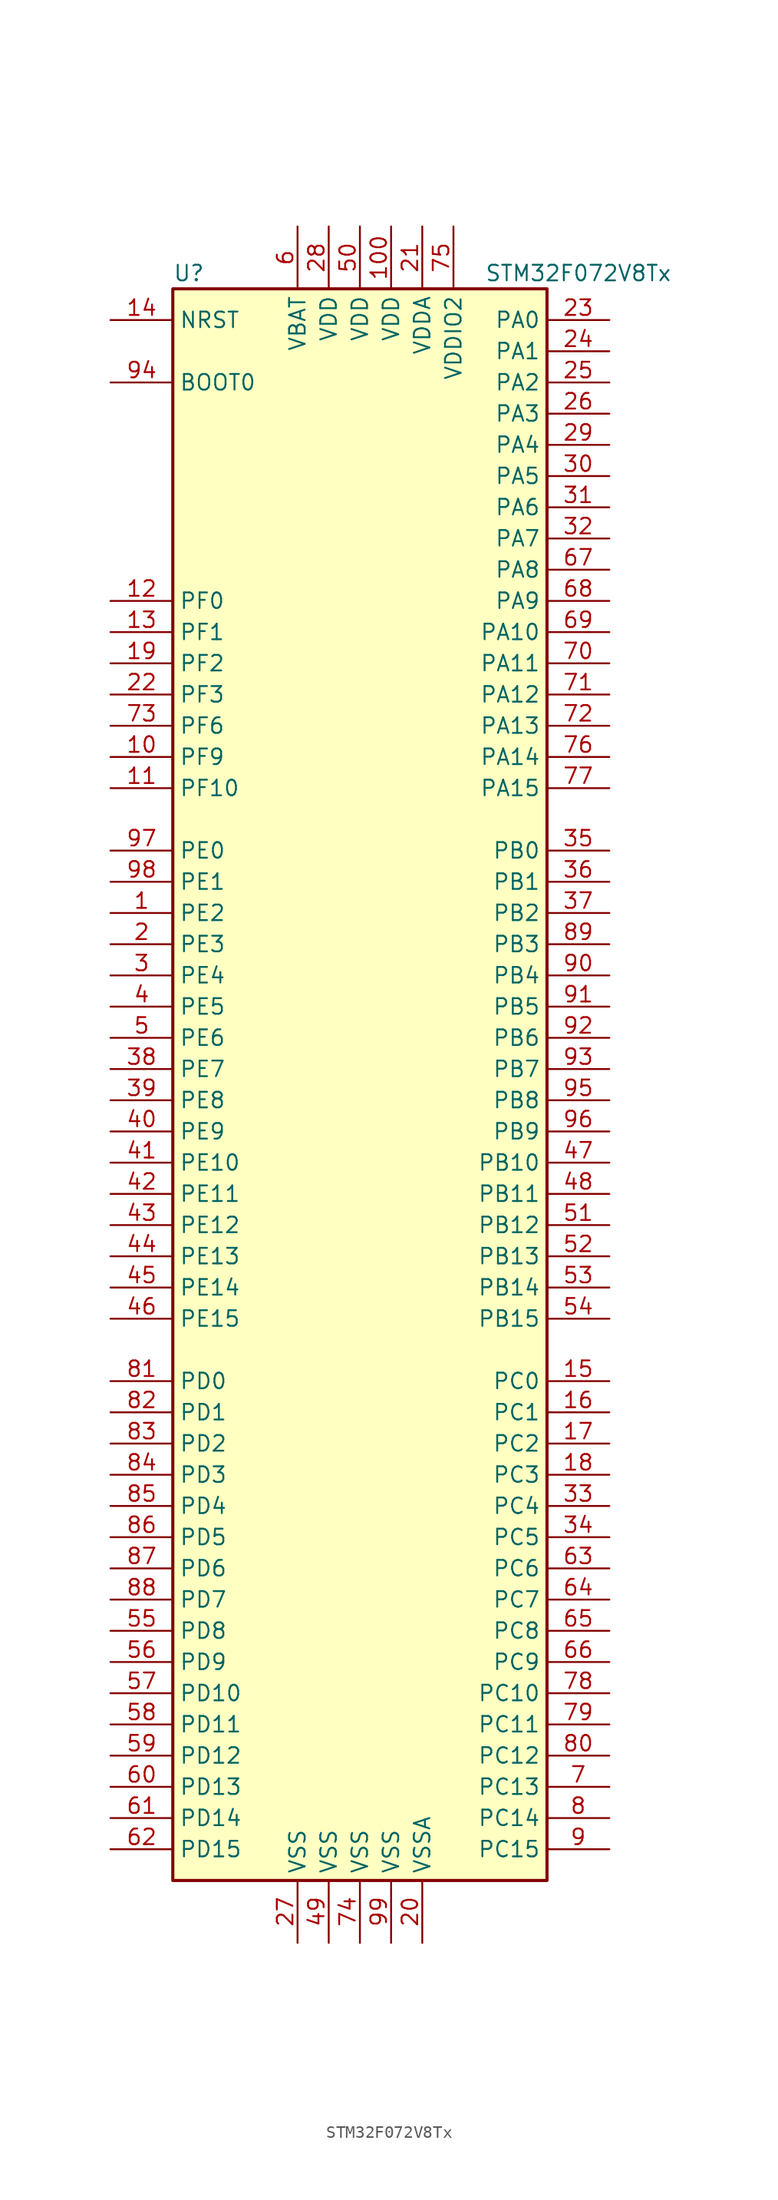
<source format=kicad_sym>
(kicad_symbol_lib
  (version 20211014)
  (generator kicad_symbol_editor)
  (symbol "STM32F072V8Tx"
    (property "Reference" "U"
      (at -15.24 64.77 0)
      (effects (font (size 1.27 1.27)) (justify left)))
    (property "Value" "STM32F072V8Tx"
      (at 10.16 64.77 0)
      (effects (font (size 1.27 1.27)) (justify left)))
    (symbol "STM32F072V8Tx_0_1"
      (rectangle (start -15.24 -66.04) (end 15.24 63.5) (stroke (width 0.254) (type default) (color 0 0 0 0)) (fill (type background))))
    (symbol "STM32F072V8Tx_1_1"
      (pin bidirectional line (at -20.32 12.7 0) (length 5.08) (name "PE2" (effects (font (size 1.27 1.27)))) (number "1" (effects (font (size 1.27 1.27)))))
      (pin bidirectional line (at -20.32 25.4 0) (length 5.08) (name "PF9" (effects (font (size 1.27 1.27)))) (number "10" (effects (font (size 1.27 1.27)))))
      (pin power_in line (at 2.54 68.58 270) (length 5.08) (name "VDD" (effects (font (size 1.27 1.27)))) (number "100" (effects (font (size 1.27 1.27)))))
      (pin bidirectional line (at -20.32 22.86 0) (length 5.08) (name "PF10" (effects (font (size 1.27 1.27)))) (number "11" (effects (font (size 1.27 1.27)))))
      (pin input line (at -20.32 38.1 0) (length 5.08) (name "PF0" (effects (font (size 1.27 1.27)))) (number "12" (effects (font (size 1.27 1.27)))))
      (pin input line (at -20.32 35.56 0) (length 5.08) (name "PF1" (effects (font (size 1.27 1.27)))) (number "13" (effects (font (size 1.27 1.27)))))
      (pin input line (at -20.32 60.96 0) (length 5.08) (name "NRST" (effects (font (size 1.27 1.27)))) (number "14" (effects (font (size 1.27 1.27)))))
      (pin bidirectional line (at 20.32 -25.4 180) (length 5.08) (name "PC0" (effects (font (size 1.27 1.27)))) (number "15" (effects (font (size 1.27 1.27)))))
      (pin bidirectional line (at 20.32 -27.94 180) (length 5.08) (name "PC1" (effects (font (size 1.27 1.27)))) (number "16" (effects (font (size 1.27 1.27)))))
      (pin bidirectional line (at 20.32 -30.48 180) (length 5.08) (name "PC2" (effects (font (size 1.27 1.27)))) (number "17" (effects (font (size 1.27 1.27)))))
      (pin bidirectional line (at 20.32 -33.02 180) (length 5.08) (name "PC3" (effects (font (size 1.27 1.27)))) (number "18" (effects (font (size 1.27 1.27)))))
      (pin bidirectional line (at -20.32 33.02 0) (length 5.08) (name "PF2" (effects (font (size 1.27 1.27)))) (number "19" (effects (font (size 1.27 1.27)))))
      (pin bidirectional line (at -20.32 10.16 0) (length 5.08) (name "PE3" (effects (font (size 1.27 1.27)))) (number "2" (effects (font (size 1.27 1.27)))))
      (pin power_in line (at 5.08 -71.12 90) (length 5.08) (name "VSSA" (effects (font (size 1.27 1.27)))) (number "20" (effects (font (size 1.27 1.27)))))
      (pin power_in line (at 5.08 68.58 270) (length 5.08) (name "VDDA" (effects (font (size 1.27 1.27)))) (number "21" (effects (font (size 1.27 1.27)))))
      (pin bidirectional line (at -20.32 30.48 0) (length 5.08) (name "PF3" (effects (font (size 1.27 1.27)))) (number "22" (effects (font (size 1.27 1.27)))))
      (pin bidirectional line (at 20.32 60.96 180) (length 5.08) (name "PA0" (effects (font (size 1.27 1.27)))) (number "23" (effects (font (size 1.27 1.27)))))
      (pin bidirectional line (at 20.32 58.42 180) (length 5.08) (name "PA1" (effects (font (size 1.27 1.27)))) (number "24" (effects (font (size 1.27 1.27)))))
      (pin bidirectional line (at 20.32 55.88 180) (length 5.08) (name "PA2" (effects (font (size 1.27 1.27)))) (number "25" (effects (font (size 1.27 1.27)))))
      (pin bidirectional line (at 20.32 53.34 180) (length 5.08) (name "PA3" (effects (font (size 1.27 1.27)))) (number "26" (effects (font (size 1.27 1.27)))))
      (pin power_in line (at -5.08 -71.12 90) (length 5.08) (name "VSS" (effects (font (size 1.27 1.27)))) (number "27" (effects (font (size 1.27 1.27)))))
      (pin power_in line (at -2.54 68.58 270) (length 5.08) (name "VDD" (effects (font (size 1.27 1.27)))) (number "28" (effects (font (size 1.27 1.27)))))
      (pin bidirectional line (at 20.32 50.8 180) (length 5.08) (name "PA4" (effects (font (size 1.27 1.27)))) (number "29" (effects (font (size 1.27 1.27)))))
      (pin bidirectional line (at -20.32 7.62 0) (length 5.08) (name "PE4" (effects (font (size 1.27 1.27)))) (number "3" (effects (font (size 1.27 1.27)))))
      (pin bidirectional line (at 20.32 48.26 180) (length 5.08) (name "PA5" (effects (font (size 1.27 1.27)))) (number "30" (effects (font (size 1.27 1.27)))))
      (pin bidirectional line (at 20.32 45.72 180) (length 5.08) (name "PA6" (effects (font (size 1.27 1.27)))) (number "31" (effects (font (size 1.27 1.27)))))
      (pin bidirectional line (at 20.32 43.18 180) (length 5.08) (name "PA7" (effects (font (size 1.27 1.27)))) (number "32" (effects (font (size 1.27 1.27)))))
      (pin bidirectional line (at 20.32 -35.56 180) (length 5.08) (name "PC4" (effects (font (size 1.27 1.27)))) (number "33" (effects (font (size 1.27 1.27)))))
      (pin bidirectional line (at 20.32 -38.1 180) (length 5.08) (name "PC5" (effects (font (size 1.27 1.27)))) (number "34" (effects (font (size 1.27 1.27)))))
      (pin bidirectional line (at 20.32 17.78 180) (length 5.08) (name "PB0" (effects (font (size 1.27 1.27)))) (number "35" (effects (font (size 1.27 1.27)))))
      (pin bidirectional line (at 20.32 15.24 180) (length 5.08) (name "PB1" (effects (font (size 1.27 1.27)))) (number "36" (effects (font (size 1.27 1.27)))))
      (pin bidirectional line (at 20.32 12.7 180) (length 5.08) (name "PB2" (effects (font (size 1.27 1.27)))) (number "37" (effects (font (size 1.27 1.27)))))
      (pin bidirectional line (at -20.32 0 0) (length 5.08) (name "PE7" (effects (font (size 1.27 1.27)))) (number "38" (effects (font (size 1.27 1.27)))))
      (pin bidirectional line (at -20.32 -2.54 0) (length 5.08) (name "PE8" (effects (font (size 1.27 1.27)))) (number "39" (effects (font (size 1.27 1.27)))))
      (pin bidirectional line (at -20.32 5.08 0) (length 5.08) (name "PE5" (effects (font (size 1.27 1.27)))) (number "4" (effects (font (size 1.27 1.27)))))
      (pin bidirectional line (at -20.32 -5.08 0) (length 5.08) (name "PE9" (effects (font (size 1.27 1.27)))) (number "40" (effects (font (size 1.27 1.27)))))
      (pin bidirectional line (at -20.32 -7.62 0) (length 5.08) (name "PE10" (effects (font (size 1.27 1.27)))) (number "41" (effects (font (size 1.27 1.27)))))
      (pin bidirectional line (at -20.32 -10.16 0) (length 5.08) (name "PE11" (effects (font (size 1.27 1.27)))) (number "42" (effects (font (size 1.27 1.27)))))
      (pin bidirectional line (at -20.32 -12.7 0) (length 5.08) (name "PE12" (effects (font (size 1.27 1.27)))) (number "43" (effects (font (size 1.27 1.27)))))
      (pin bidirectional line (at -20.32 -15.24 0) (length 5.08) (name "PE13" (effects (font (size 1.27 1.27)))) (number "44" (effects (font (size 1.27 1.27)))))
      (pin bidirectional line (at -20.32 -17.78 0) (length 5.08) (name "PE14" (effects (font (size 1.27 1.27)))) (number "45" (effects (font (size 1.27 1.27)))))
      (pin bidirectional line (at -20.32 -20.32 0) (length 5.08) (name "PE15" (effects (font (size 1.27 1.27)))) (number "46" (effects (font (size 1.27 1.27)))))
      (pin bidirectional line (at 20.32 -7.62 180) (length 5.08) (name "PB10" (effects (font (size 1.27 1.27)))) (number "47" (effects (font (size 1.27 1.27)))))
      (pin bidirectional line (at 20.32 -10.16 180) (length 5.08) (name "PB11" (effects (font (size 1.27 1.27)))) (number "48" (effects (font (size 1.27 1.27)))))
      (pin power_in line (at -2.54 -71.12 90) (length 5.08) (name "VSS" (effects (font (size 1.27 1.27)))) (number "49" (effects (font (size 1.27 1.27)))))
      (pin bidirectional line (at -20.32 2.54 0) (length 5.08) (name "PE6" (effects (font (size 1.27 1.27)))) (number "5" (effects (font (size 1.27 1.27)))))
      (pin power_in line (at 0 68.58 270) (length 5.08) (name "VDD" (effects (font (size 1.27 1.27)))) (number "50" (effects (font (size 1.27 1.27)))))
      (pin bidirectional line (at 20.32 -12.7 180) (length 5.08) (name "PB12" (effects (font (size 1.27 1.27)))) (number "51" (effects (font (size 1.27 1.27)))))
      (pin bidirectional line (at 20.32 -15.24 180) (length 5.08) (name "PB13" (effects (font (size 1.27 1.27)))) (number "52" (effects (font (size 1.27 1.27)))))
      (pin bidirectional line (at 20.32 -17.78 180) (length 5.08) (name "PB14" (effects (font (size 1.27 1.27)))) (number "53" (effects (font (size 1.27 1.27)))))
      (pin bidirectional line (at 20.32 -20.32 180) (length 5.08) (name "PB15" (effects (font (size 1.27 1.27)))) (number "54" (effects (font (size 1.27 1.27)))))
      (pin bidirectional line (at -20.32 -45.72 0) (length 5.08) (name "PD8" (effects (font (size 1.27 1.27)))) (number "55" (effects (font (size 1.27 1.27)))))
      (pin bidirectional line (at -20.32 -48.26 0) (length 5.08) (name "PD9" (effects (font (size 1.27 1.27)))) (number "56" (effects (font (size 1.27 1.27)))))
      (pin bidirectional line (at -20.32 -50.8 0) (length 5.08) (name "PD10" (effects (font (size 1.27 1.27)))) (number "57" (effects (font (size 1.27 1.27)))))
      (pin bidirectional line (at -20.32 -53.34 0) (length 5.08) (name "PD11" (effects (font (size 1.27 1.27)))) (number "58" (effects (font (size 1.27 1.27)))))
      (pin bidirectional line (at -20.32 -55.88 0) (length 5.08) (name "PD12" (effects (font (size 1.27 1.27)))) (number "59" (effects (font (size 1.27 1.27)))))
      (pin power_in line (at -5.08 68.58 270) (length 5.08) (name "VBAT" (effects (font (size 1.27 1.27)))) (number "6" (effects (font (size 1.27 1.27)))))
      (pin bidirectional line (at -20.32 -58.42 0) (length 5.08) (name "PD13" (effects (font (size 1.27 1.27)))) (number "60" (effects (font (size 1.27 1.27)))))
      (pin bidirectional line (at -20.32 -60.96 0) (length 5.08) (name "PD14" (effects (font (size 1.27 1.27)))) (number "61" (effects (font (size 1.27 1.27)))))
      (pin bidirectional line (at -20.32 -63.5 0) (length 5.08) (name "PD15" (effects (font (size 1.27 1.27)))) (number "62" (effects (font (size 1.27 1.27)))))
      (pin bidirectional line (at 20.32 -40.64 180) (length 5.08) (name "PC6" (effects (font (size 1.27 1.27)))) (number "63" (effects (font (size 1.27 1.27)))))
      (pin bidirectional line (at 20.32 -43.18 180) (length 5.08) (name "PC7" (effects (font (size 1.27 1.27)))) (number "64" (effects (font (size 1.27 1.27)))))
      (pin bidirectional line (at 20.32 -45.72 180) (length 5.08) (name "PC8" (effects (font (size 1.27 1.27)))) (number "65" (effects (font (size 1.27 1.27)))))
      (pin bidirectional line (at 20.32 -48.26 180) (length 5.08) (name "PC9" (effects (font (size 1.27 1.27)))) (number "66" (effects (font (size 1.27 1.27)))))
      (pin bidirectional line (at 20.32 40.64 180) (length 5.08) (name "PA8" (effects (font (size 1.27 1.27)))) (number "67" (effects (font (size 1.27 1.27)))))
      (pin bidirectional line (at 20.32 38.1 180) (length 5.08) (name "PA9" (effects (font (size 1.27 1.27)))) (number "68" (effects (font (size 1.27 1.27)))))
      (pin bidirectional line (at 20.32 35.56 180) (length 5.08) (name "PA10" (effects (font (size 1.27 1.27)))) (number "69" (effects (font (size 1.27 1.27)))))
      (pin bidirectional line (at 20.32 -58.42 180) (length 5.08) (name "PC13" (effects (font (size 1.27 1.27)))) (number "7" (effects (font (size 1.27 1.27)))))
      (pin bidirectional line (at 20.32 33.02 180) (length 5.08) (name "PA11" (effects (font (size 1.27 1.27)))) (number "70" (effects (font (size 1.27 1.27)))))
      (pin bidirectional line (at 20.32 30.48 180) (length 5.08) (name "PA12" (effects (font (size 1.27 1.27)))) (number "71" (effects (font (size 1.27 1.27)))))
      (pin bidirectional line (at 20.32 27.94 180) (length 5.08) (name "PA13" (effects (font (size 1.27 1.27)))) (number "72" (effects (font (size 1.27 1.27)))))
      (pin bidirectional line (at -20.32 27.94 0) (length 5.08) (name "PF6" (effects (font (size 1.27 1.27)))) (number "73" (effects (font (size 1.27 1.27)))))
      (pin power_in line (at 0 -71.12 90) (length 5.08) (name "VSS" (effects (font (size 1.27 1.27)))) (number "74" (effects (font (size 1.27 1.27)))))
      (pin power_in line (at 7.62 68.58 270) (length 5.08) (name "VDDIO2" (effects (font (size 1.27 1.27)))) (number "75" (effects (font (size 1.27 1.27)))))
      (pin bidirectional line (at 20.32 25.4 180) (length 5.08) (name "PA14" (effects (font (size 1.27 1.27)))) (number "76" (effects (font (size 1.27 1.27)))))
      (pin bidirectional line (at 20.32 22.86 180) (length 5.08) (name "PA15" (effects (font (size 1.27 1.27)))) (number "77" (effects (font (size 1.27 1.27)))))
      (pin bidirectional line (at 20.32 -50.8 180) (length 5.08) (name "PC10" (effects (font (size 1.27 1.27)))) (number "78" (effects (font (size 1.27 1.27)))))
      (pin bidirectional line (at 20.32 -53.34 180) (length 5.08) (name "PC11" (effects (font (size 1.27 1.27)))) (number "79" (effects (font (size 1.27 1.27)))))
      (pin bidirectional line (at 20.32 -60.96 180) (length 5.08) (name "PC14" (effects (font (size 1.27 1.27)))) (number "8" (effects (font (size 1.27 1.27)))))
      (pin bidirectional line (at 20.32 -55.88 180) (length 5.08) (name "PC12" (effects (font (size 1.27 1.27)))) (number "80" (effects (font (size 1.27 1.27)))))
      (pin bidirectional line (at -20.32 -25.4 0) (length 5.08) (name "PD0" (effects (font (size 1.27 1.27)))) (number "81" (effects (font (size 1.27 1.27)))))
      (pin bidirectional line (at -20.32 -27.94 0) (length 5.08) (name "PD1" (effects (font (size 1.27 1.27)))) (number "82" (effects (font (size 1.27 1.27)))))
      (pin bidirectional line (at -20.32 -30.48 0) (length 5.08) (name "PD2" (effects (font (size 1.27 1.27)))) (number "83" (effects (font (size 1.27 1.27)))))
      (pin bidirectional line (at -20.32 -33.02 0) (length 5.08) (name "PD3" (effects (font (size 1.27 1.27)))) (number "84" (effects (font (size 1.27 1.27)))))
      (pin bidirectional line (at -20.32 -35.56 0) (length 5.08) (name "PD4" (effects (font (size 1.27 1.27)))) (number "85" (effects (font (size 1.27 1.27)))))
      (pin bidirectional line (at -20.32 -38.1 0) (length 5.08) (name "PD5" (effects (font (size 1.27 1.27)))) (number "86" (effects (font (size 1.27 1.27)))))
      (pin bidirectional line (at -20.32 -40.64 0) (length 5.08) (name "PD6" (effects (font (size 1.27 1.27)))) (number "87" (effects (font (size 1.27 1.27)))))
      (pin bidirectional line (at -20.32 -43.18 0) (length 5.08) (name "PD7" (effects (font (size 1.27 1.27)))) (number "88" (effects (font (size 1.27 1.27)))))
      (pin bidirectional line (at 20.32 10.16 180) (length 5.08) (name "PB3" (effects (font (size 1.27 1.27)))) (number "89" (effects (font (size 1.27 1.27)))))
      (pin bidirectional line (at 20.32 -63.5 180) (length 5.08) (name "PC15" (effects (font (size 1.27 1.27)))) (number "9" (effects (font (size 1.27 1.27)))))
      (pin bidirectional line (at 20.32 7.62 180) (length 5.08) (name "PB4" (effects (font (size 1.27 1.27)))) (number "90" (effects (font (size 1.27 1.27)))))
      (pin bidirectional line (at 20.32 5.08 180) (length 5.08) (name "PB5" (effects (font (size 1.27 1.27)))) (number "91" (effects (font (size 1.27 1.27)))))
      (pin bidirectional line (at 20.32 2.54 180) (length 5.08) (name "PB6" (effects (font (size 1.27 1.27)))) (number "92" (effects (font (size 1.27 1.27)))))
      (pin bidirectional line (at 20.32 0 180) (length 5.08) (name "PB7" (effects (font (size 1.27 1.27)))) (number "93" (effects (font (size 1.27 1.27)))))
      (pin input line (at -20.32 55.88 0) (length 5.08) (name "BOOT0" (effects (font (size 1.27 1.27)))) (number "94" (effects (font (size 1.27 1.27)))))
      (pin bidirectional line (at 20.32 -2.54 180) (length 5.08) (name "PB8" (effects (font (size 1.27 1.27)))) (number "95" (effects (font (size 1.27 1.27)))))
      (pin bidirectional line (at 20.32 -5.08 180) (length 5.08) (name "PB9" (effects (font (size 1.27 1.27)))) (number "96" (effects (font (size 1.27 1.27)))))
      (pin bidirectional line (at -20.32 17.78 0) (length 5.08) (name "PE0" (effects (font (size 1.27 1.27)))) (number "97" (effects (font (size 1.27 1.27)))))
      (pin bidirectional line (at -20.32 15.24 0) (length 5.08) (name "PE1" (effects (font (size 1.27 1.27)))) (number "98" (effects (font (size 1.27 1.27)))))
      (pin power_in line (at 2.54 -71.12 90) (length 5.08) (name "VSS" (effects (font (size 1.27 1.27)))) (number "99" (effects (font (size 1.27 1.27))))))))
</source>
